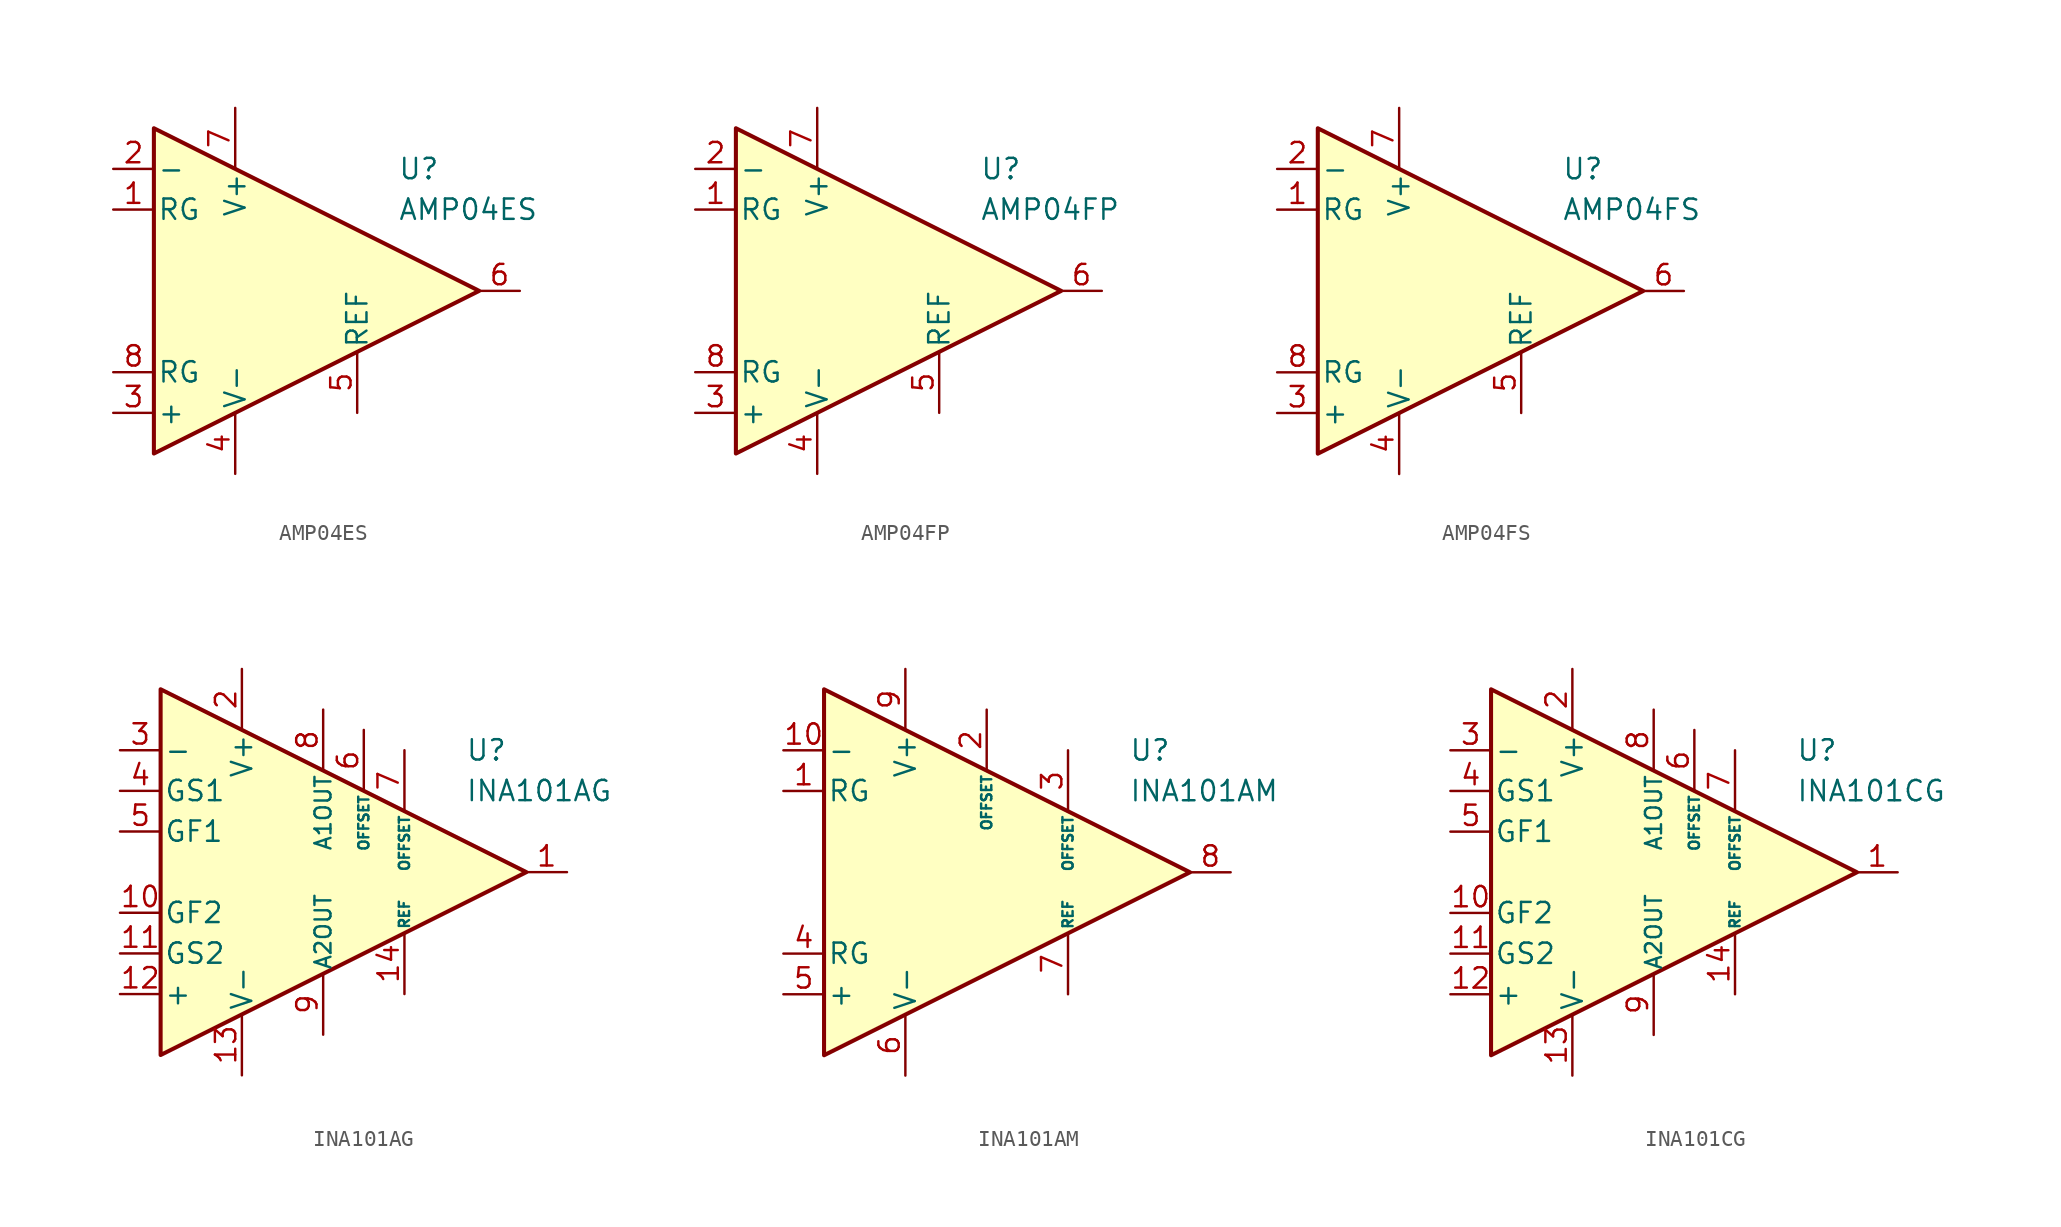
<source format=kicad_sym>
(kicad_symbol_lib
  (version 20231120)
  (generator "kicad_symbol_editor")
  (generator_version "8.0")
  (symbol "AMP04ES"
    (pin_names
      (offset 0.2))
    (property "Reference" "U"
      (at 6.35 7.62 0)
      (effects (font (size 1.27 1.27)) (justify left)))
    (property "Value" "AMP04ES"
      (at 6.35 5.08 0)
      (effects (font (size 1.27 1.27)) (justify left)))
    (symbol "AMP04ES_0_1"
      (polyline (pts (xy -8.89 10.16) (xy -8.89 -10.16) (xy 11.43 0) (xy -8.89 10.16)) (stroke (width 0.254) (type default)) (fill (type background))))
    (symbol "AMP04ES_1_1"
      (pin passive line (at -11.43 5.08 0) (length 2.54) (name "RG" (effects (font (size 1.27 1.27)))) (number "1" (effects (font (size 1.27 1.27)))))
      (pin input line (at -11.43 7.62 0) (length 2.54) (name "-" (effects (font (size 1.27 1.27)))) (number "2" (effects (font (size 1.27 1.27)))))
      (pin input line (at -11.43 -7.62 0) (length 2.54) (name "+" (effects (font (size 1.27 1.27)))) (number "3" (effects (font (size 1.27 1.27)))))
      (pin power_in line (at -3.81 -11.43 90) (length 3.81) (name "V-" (effects (font (size 1.27 1.27)))) (number "4" (effects (font (size 1.27 1.27)))))
      (pin input line (at 3.81 -7.62 90) (length 3.81) (name "REF" (effects (font (size 1.27 1.27)))) (number "5" (effects (font (size 1.27 1.27)))))
      (pin output line (at 13.97 0 180) (length 2.54) (name "~" (effects (font (size 1.27 1.27)))) (number "6" (effects (font (size 1.27 1.27)))))
      (pin power_in line (at -3.81 11.43 270) (length 3.81) (name "V+" (effects (font (size 1.27 1.27)))) (number "7" (effects (font (size 1.27 1.27)))))
      (pin passive line (at -11.43 -5.08 0) (length 2.54) (name "RG" (effects (font (size 1.27 1.27)))) (number "8" (effects (font (size 1.27 1.27)))))))
  (symbol "AMP04FP"
    (pin_names
      (offset 0.2))
    (property "Reference" "U"
      (at 6.35 7.62 0)
      (effects (font (size 1.27 1.27)) (justify left)))
    (property "Value" "AMP04FP"
      (at 6.35 5.08 0)
      (effects (font (size 1.27 1.27)) (justify left)))
    (symbol "AMP04FP_0_1"
      (polyline (pts (xy -8.89 10.16) (xy -8.89 -10.16) (xy 11.43 0) (xy -8.89 10.16)) (stroke (width 0.254) (type default)) (fill (type background))))
    (symbol "AMP04FP_1_1"
      (pin passive line (at -11.43 5.08 0) (length 2.54) (name "RG" (effects (font (size 1.27 1.27)))) (number "1" (effects (font (size 1.27 1.27)))))
      (pin input line (at -11.43 7.62 0) (length 2.54) (name "-" (effects (font (size 1.27 1.27)))) (number "2" (effects (font (size 1.27 1.27)))))
      (pin input line (at -11.43 -7.62 0) (length 2.54) (name "+" (effects (font (size 1.27 1.27)))) (number "3" (effects (font (size 1.27 1.27)))))
      (pin power_in line (at -3.81 -11.43 90) (length 3.81) (name "V-" (effects (font (size 1.27 1.27)))) (number "4" (effects (font (size 1.27 1.27)))))
      (pin input line (at 3.81 -7.62 90) (length 3.81) (name "REF" (effects (font (size 1.27 1.27)))) (number "5" (effects (font (size 1.27 1.27)))))
      (pin output line (at 13.97 0 180) (length 2.54) (name "~" (effects (font (size 1.27 1.27)))) (number "6" (effects (font (size 1.27 1.27)))))
      (pin power_in line (at -3.81 11.43 270) (length 3.81) (name "V+" (effects (font (size 1.27 1.27)))) (number "7" (effects (font (size 1.27 1.27)))))
      (pin passive line (at -11.43 -5.08 0) (length 2.54) (name "RG" (effects (font (size 1.27 1.27)))) (number "8" (effects (font (size 1.27 1.27)))))))
  (symbol "AMP04FS"
    (pin_names
      (offset 0.2))
    (property "Reference" "U"
      (at 6.35 7.62 0)
      (effects (font (size 1.27 1.27)) (justify left)))
    (property "Value" "AMP04FS"
      (at 6.35 5.08 0)
      (effects (font (size 1.27 1.27)) (justify left)))
    (symbol "AMP04FS_0_1"
      (polyline (pts (xy -8.89 10.16) (xy -8.89 -10.16) (xy 11.43 0) (xy -8.89 10.16)) (stroke (width 0.254) (type default)) (fill (type background))))
    (symbol "AMP04FS_1_1"
      (pin passive line (at -11.43 5.08 0) (length 2.54) (name "RG" (effects (font (size 1.27 1.27)))) (number "1" (effects (font (size 1.27 1.27)))))
      (pin input line (at -11.43 7.62 0) (length 2.54) (name "-" (effects (font (size 1.27 1.27)))) (number "2" (effects (font (size 1.27 1.27)))))
      (pin input line (at -11.43 -7.62 0) (length 2.54) (name "+" (effects (font (size 1.27 1.27)))) (number "3" (effects (font (size 1.27 1.27)))))
      (pin power_in line (at -3.81 -11.43 90) (length 3.81) (name "V-" (effects (font (size 1.27 1.27)))) (number "4" (effects (font (size 1.27 1.27)))))
      (pin input line (at 3.81 -7.62 90) (length 3.81) (name "REF" (effects (font (size 1.27 1.27)))) (number "5" (effects (font (size 1.27 1.27)))))
      (pin output line (at 13.97 0 180) (length 2.54) (name "~" (effects (font (size 1.27 1.27)))) (number "6" (effects (font (size 1.27 1.27)))))
      (pin power_in line (at -3.81 11.43 270) (length 3.81) (name "V+" (effects (font (size 1.27 1.27)))) (number "7" (effects (font (size 1.27 1.27)))))
      (pin passive line (at -11.43 -5.08 0) (length 2.54) (name "RG" (effects (font (size 1.27 1.27)))) (number "8" (effects (font (size 1.27 1.27)))))))
  (symbol "INA101AG"
    (pin_names
      (offset 0.2))
    (property "Reference" "U"
      (at 10.16 7.62 0)
      (effects (font (size 1.27 1.27)) (justify left)))
    (property "Value" "INA101AG"
      (at 10.16 5.08 0)
      (effects (font (size 1.27 1.27)) (justify left)))
    (symbol "INA101AG_0_1"
      (polyline (pts (xy -8.89 11.43) (xy -8.89 -11.43) (xy 13.97 0) (xy -8.89 11.43)) (stroke (width 0.254) (type default)) (fill (type background))))
    (symbol "INA101AG_1_1"
      (pin output line (at 16.51 0 180) (length 2.54) (name "~" (effects (font (size 1.27 1.27)))) (number "1" (effects (font (size 1.27 1.27)))))
      (pin passive line (at -11.43 -2.54 0) (length 2.54) (name "GF2" (effects (font (size 1.27 1.27)))) (number "10" (effects (font (size 1.27 1.27)))))
      (pin passive line (at -11.43 -5.08 0) (length 2.54) (name "GS2" (effects (font (size 1.27 1.27)))) (number "11" (effects (font (size 1.27 1.27)))))
      (pin input line (at -11.43 -7.62 0) (length 2.54) (name "+" (effects (font (size 1.27 1.27)))) (number "12" (effects (font (size 1.27 1.27)))))
      (pin power_in line (at -3.81 -12.7 90) (length 3.81) (name "V-" (effects (font (size 1.27 1.27)))) (number "13" (effects (font (size 1.27 1.27)))))
      (pin input line (at 6.35 -7.62 90) (length 3.81) (name "REF" (effects (font (size 0.635 0.635)))) (number "14" (effects (font (size 1.27 1.27)))))
      (pin power_in line (at -3.81 12.7 270) (length 3.81) (name "V+" (effects (font (size 1.27 1.27)))) (number "2" (effects (font (size 1.27 1.27)))))
      (pin input line (at -11.43 7.62 0) (length 2.54) (name "-" (effects (font (size 1.27 1.27)))) (number "3" (effects (font (size 1.27 1.27)))))
      (pin passive line (at -11.43 5.08 0) (length 2.54) (name "GS1" (effects (font (size 1.27 1.27)))) (number "4" (effects (font (size 1.27 1.27)))))
      (pin passive line (at -11.43 2.54 0) (length 2.54) (name "GF1" (effects (font (size 1.27 1.27)))) (number "5" (effects (font (size 1.27 1.27)))))
      (pin passive line (at 3.81 8.89 270) (length 3.81) (name "OFFSET" (effects (font (size 0.635 0.635)))) (number "6" (effects (font (size 1.27 1.27)))))
      (pin passive line (at 6.35 7.62 270) (length 3.81) (name "OFFSET" (effects (font (size 0.635 0.635)))) (number "7" (effects (font (size 1.27 1.27)))))
      (pin passive line (at 1.27 10.16 270) (length 3.81) (name "A1OUT" (effects (font (size 1 1)))) (number "8" (effects (font (size 1.27 1.27)))))
      (pin passive line (at 1.27 -10.16 90) (length 3.81) (name "A2OUT" (effects (font (size 1 1)))) (number "9" (effects (font (size 1.27 1.27)))))))
  (symbol "INA101AM"
    (pin_names
      (offset 0.2))
    (property "Reference" "U"
      (at 10.16 7.62 0)
      (effects (font (size 1.27 1.27)) (justify left)))
    (property "Value" "INA101AM"
      (at 10.16 5.08 0)
      (effects (font (size 1.27 1.27)) (justify left)))
    (symbol "INA101AM_0_1"
      (polyline (pts (xy -8.89 11.43) (xy -8.89 -11.43) (xy 13.97 0) (xy -8.89 11.43)) (stroke (width 0.254) (type default)) (fill (type background))))
    (symbol "INA101AM_1_1"
      (pin passive line (at -11.43 5.08 0) (length 2.54) (name "RG" (effects (font (size 1.27 1.27)))) (number "1" (effects (font (size 1.27 1.27)))))
      (pin input line (at -11.43 7.62 0) (length 2.54) (name "-" (effects (font (size 1.27 1.27)))) (number "10" (effects (font (size 1.27 1.27)))))
      (pin passive line (at 1.27 10.16 270) (length 3.81) (name "OFFSET" (effects (font (size 0.635 0.635)))) (number "2" (effects (font (size 1.27 1.27)))))
      (pin passive line (at 6.35 7.62 270) (length 3.81) (name "OFFSET" (effects (font (size 0.635 0.635)))) (number "3" (effects (font (size 1.27 1.27)))))
      (pin passive line (at -11.43 -5.08 0) (length 2.54) (name "RG" (effects (font (size 1.27 1.27)))) (number "4" (effects (font (size 1.27 1.27)))))
      (pin input line (at -11.43 -7.62 0) (length 2.54) (name "+" (effects (font (size 1.27 1.27)))) (number "5" (effects (font (size 1.27 1.27)))))
      (pin power_in line (at -3.81 -12.7 90) (length 3.81) (name "V-" (effects (font (size 1.27 1.27)))) (number "6" (effects (font (size 1.27 1.27)))))
      (pin input line (at 6.35 -7.62 90) (length 3.81) (name "REF" (effects (font (size 0.635 0.635)))) (number "7" (effects (font (size 1.27 1.27)))))
      (pin output line (at 16.51 0 180) (length 2.54) (name "~" (effects (font (size 1.27 1.27)))) (number "8" (effects (font (size 1.27 1.27)))))
      (pin power_in line (at -3.81 12.7 270) (length 3.81) (name "V+" (effects (font (size 1.27 1.27)))) (number "9" (effects (font (size 1.27 1.27)))))))
  (symbol "INA101CG"
    (pin_names
      (offset 0.2))
    (property "Reference" "U"
      (at 10.16 7.62 0)
      (effects (font (size 1.27 1.27)) (justify left)))
    (property "Value" "INA101CG"
      (at 10.16 5.08 0)
      (effects (font (size 1.27 1.27)) (justify left)))
    (symbol "INA101CG_0_1"
      (polyline (pts (xy -8.89 11.43) (xy -8.89 -11.43) (xy 13.97 0) (xy -8.89 11.43)) (stroke (width 0.254) (type default)) (fill (type background))))
    (symbol "INA101CG_1_1"
      (pin output line (at 16.51 0 180) (length 2.54) (name "~" (effects (font (size 1.27 1.27)))) (number "1" (effects (font (size 1.27 1.27)))))
      (pin passive line (at -11.43 -2.54 0) (length 2.54) (name "GF2" (effects (font (size 1.27 1.27)))) (number "10" (effects (font (size 1.27 1.27)))))
      (pin passive line (at -11.43 -5.08 0) (length 2.54) (name "GS2" (effects (font (size 1.27 1.27)))) (number "11" (effects (font (size 1.27 1.27)))))
      (pin input line (at -11.43 -7.62 0) (length 2.54) (name "+" (effects (font (size 1.27 1.27)))) (number "12" (effects (font (size 1.27 1.27)))))
      (pin power_in line (at -3.81 -12.7 90) (length 3.81) (name "V-" (effects (font (size 1.27 1.27)))) (number "13" (effects (font (size 1.27 1.27)))))
      (pin input line (at 6.35 -7.62 90) (length 3.81) (name "REF" (effects (font (size 0.635 0.635)))) (number "14" (effects (font (size 1.27 1.27)))))
      (pin power_in line (at -3.81 12.7 270) (length 3.81) (name "V+" (effects (font (size 1.27 1.27)))) (number "2" (effects (font (size 1.27 1.27)))))
      (pin input line (at -11.43 7.62 0) (length 2.54) (name "-" (effects (font (size 1.27 1.27)))) (number "3" (effects (font (size 1.27 1.27)))))
      (pin passive line (at -11.43 5.08 0) (length 2.54) (name "GS1" (effects (font (size 1.27 1.27)))) (number "4" (effects (font (size 1.27 1.27)))))
      (pin passive line (at -11.43 2.54 0) (length 2.54) (name "GF1" (effects (font (size 1.27 1.27)))) (number "5" (effects (font (size 1.27 1.27)))))
      (pin passive line (at 3.81 8.89 270) (length 3.81) (name "OFFSET" (effects (font (size 0.635 0.635)))) (number "6" (effects (font (size 1.27 1.27)))))
      (pin passive line (at 6.35 7.62 270) (length 3.81) (name "OFFSET" (effects (font (size 0.635 0.635)))) (number "7" (effects (font (size 1.27 1.27)))))
      (pin passive line (at 1.27 10.16 270) (length 3.81) (name "A1OUT" (effects (font (size 1 1)))) (number "8" (effects (font (size 1.27 1.27)))))
      (pin passive line (at 1.27 -10.16 90) (length 3.81) (name "A2OUT" (effects (font (size 1 1)))) (number "9" (effects (font (size 1.27 1.27))))))))
</source>
